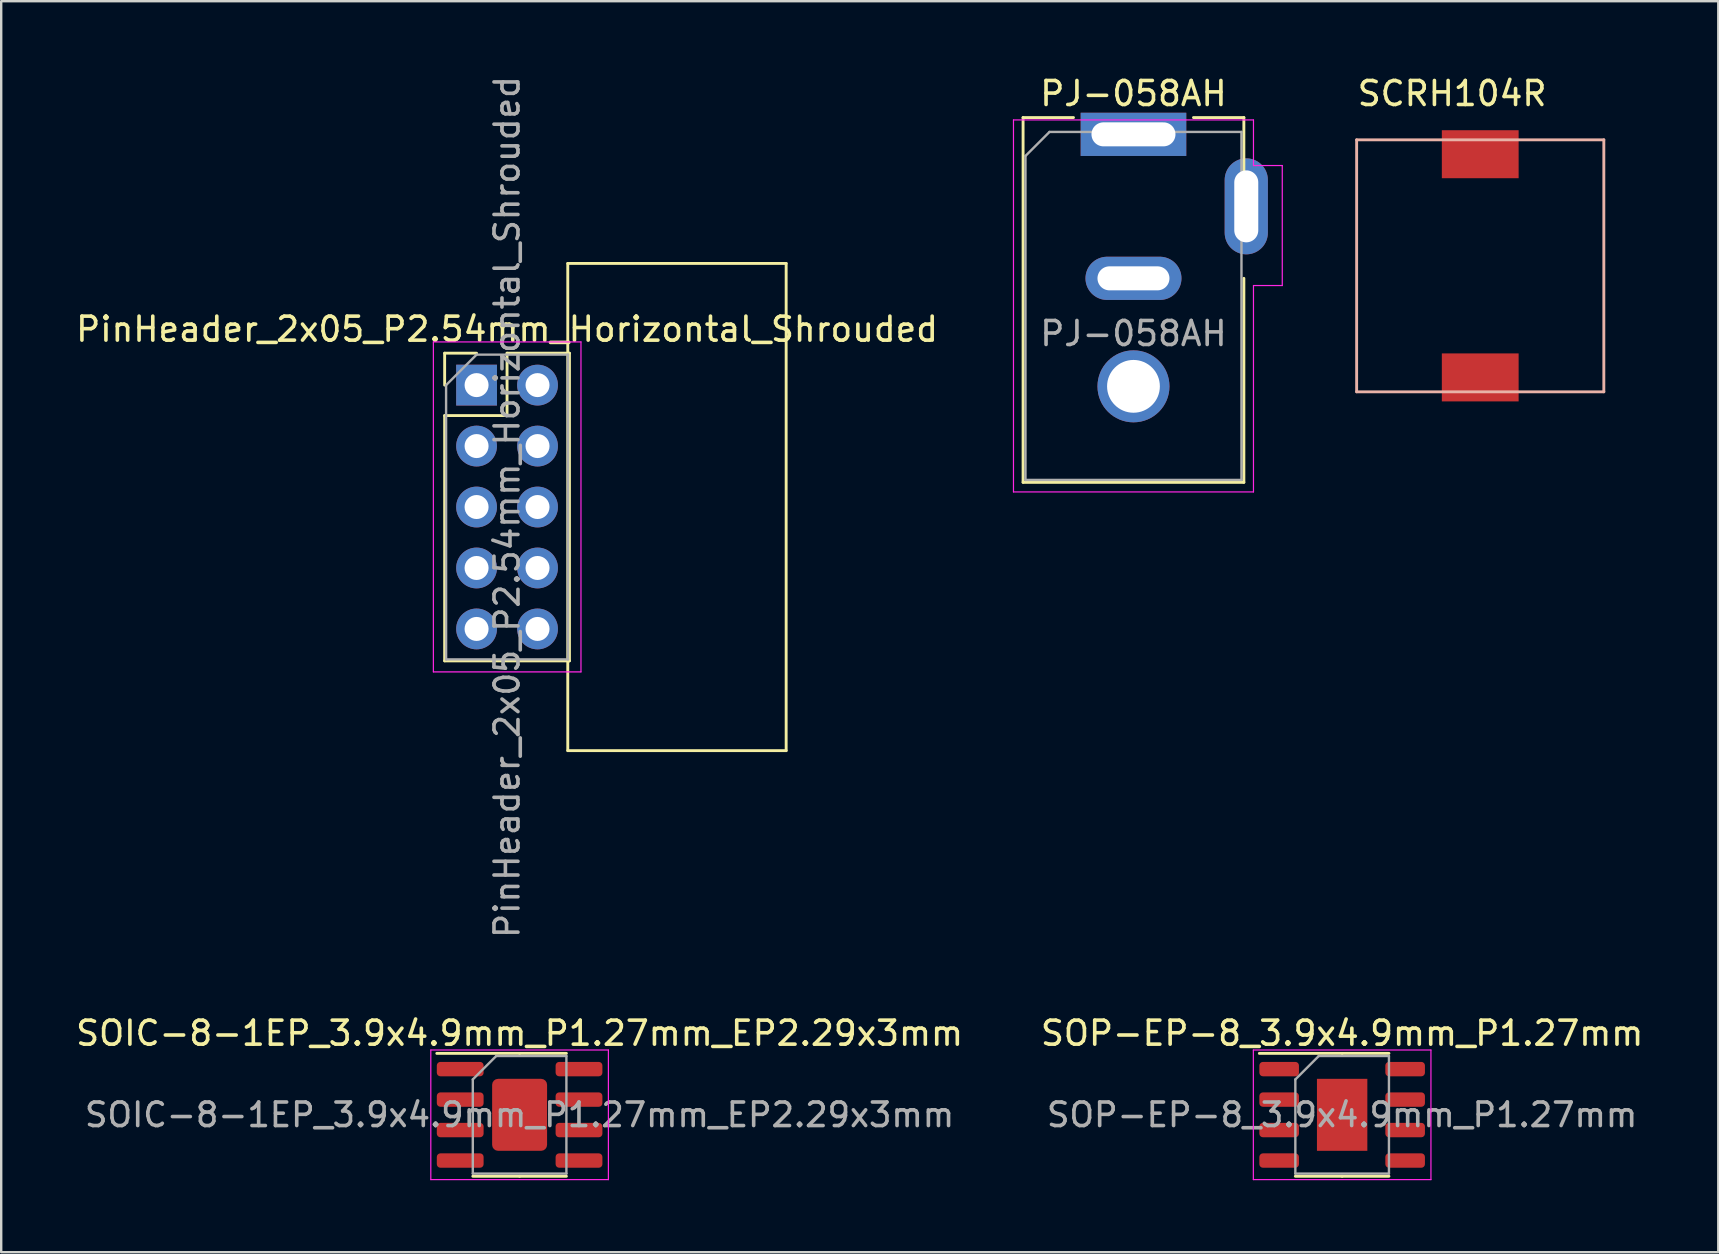
<source format=kicad_pcb>
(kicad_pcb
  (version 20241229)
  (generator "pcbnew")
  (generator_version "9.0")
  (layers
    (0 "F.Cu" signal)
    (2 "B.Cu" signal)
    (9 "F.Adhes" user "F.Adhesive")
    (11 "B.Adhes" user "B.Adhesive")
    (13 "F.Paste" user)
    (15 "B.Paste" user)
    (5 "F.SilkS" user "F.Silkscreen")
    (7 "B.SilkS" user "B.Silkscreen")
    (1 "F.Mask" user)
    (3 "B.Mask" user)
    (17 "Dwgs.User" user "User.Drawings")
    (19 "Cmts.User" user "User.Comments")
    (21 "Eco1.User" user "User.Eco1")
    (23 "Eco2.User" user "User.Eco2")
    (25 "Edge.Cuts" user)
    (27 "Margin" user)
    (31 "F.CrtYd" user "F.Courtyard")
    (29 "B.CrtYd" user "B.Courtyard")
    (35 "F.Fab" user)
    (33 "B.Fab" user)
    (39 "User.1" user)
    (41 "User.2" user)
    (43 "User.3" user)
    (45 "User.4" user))
  (footprint "PinHeader_2x05_P2.54mm_Horizontal_Shrouded"
    (layer "F.Cu")
    (at 18.075 18.077)
    (property "Reference" "PinHeader_2x05_P2.54mm_Horizontal_Shrouded" (at 0.003 -7.41 0) (layer "F.SilkS") (effects (font (size 1 1) (thickness 0.15))))
    (attr through_hole)
    (fp_line (start -2.597 -6.41) (end -1.267 -6.41) (stroke (width 0.12) (type solid)) (layer "F.SilkS"))
    (fp_line (start -2.597 -5.08) (end -2.597 -6.41) (stroke (width 0.12) (type solid)) (layer "F.SilkS"))
    (fp_line (start -2.597 -3.81) (end -2.597 6.41) (stroke (width 0.12) (type solid)) (layer "F.SilkS"))
    (fp_line (start -2.597 -3.81) (end 0.003 -3.81) (stroke (width 0.12) (type solid)) (layer "F.SilkS"))
    (fp_line (start -2.597 6.41) (end 2.603 6.41) (stroke (width 0.12) (type solid)) (layer "F.SilkS"))
    (fp_line (start 0.003 -6.41) (end 2.603 -6.41) (stroke (width 0.12) (type solid)) (layer "F.SilkS"))
    (fp_line (start 0.003 -3.81) (end 0.003 -6.41) (stroke (width 0.12) (type solid)) (layer "F.SilkS"))
    (fp_line (start 2.533 -10.15) (end 2.533 10.15) (stroke (width 0.12) (type solid)) (layer "F.SilkS"))
    (fp_line (start 2.603 -6.41) (end 2.603 6.41) (stroke (width 0.12) (type solid)) (layer "F.SilkS"))
    (fp_line (start 11.633 -10.15) (end 2.533 -10.15) (stroke (width 0.12) (type solid)) (layer "F.SilkS"))
    (fp_line (start 11.633 10.15) (end 2.533 10.15) (stroke (width 0.12) (type solid)) (layer "F.SilkS"))
    (fp_line (start 11.633 10.15) (end 11.633 -10.15) (stroke (width 0.12) (type solid)) (layer "F.SilkS"))
    (fp_line (start -3.067 -6.88) (end -3.067 6.87) (stroke (width 0.05) (type solid)) (layer "F.CrtYd"))
    (fp_line (start -3.067 6.87) (end 3.083 6.87) (stroke (width 0.05) (type solid)) (layer "F.CrtYd"))
    (fp_line (start 3.083 -6.88) (end -3.067 -6.88) (stroke (width 0.05) (type solid)) (layer "F.CrtYd"))
    (fp_line (start 3.083 6.87) (end 3.083 -6.88) (stroke (width 0.05) (type solid)) (layer "F.CrtYd"))
    (fp_line (start -2.537 -5.08) (end -1.267 -6.35) (stroke (width 0.1) (type solid)) (layer "F.Fab"))
    (fp_line (start -2.537 6.35) (end -2.537 -5.08) (stroke (width 0.1) (type solid)) (layer "F.Fab"))
    (fp_line (start -1.267 -6.35) (end 2.543 -6.35) (stroke (width 0.1) (type solid)) (layer "F.Fab"))
    (fp_line (start 2.543 -6.35) (end 2.543 6.35) (stroke (width 0.1) (type solid)) (layer "F.Fab"))
    (fp_line (start 2.543 6.35) (end -2.537 6.35) (stroke (width 0.1) (type solid)) (layer "F.Fab"))
    (fp_text user "${REFERENCE}" (at 0.003 0 90) (layer "F.Fab") (effects (font (size 1 1) (thickness 0.15))))
    (pad "1" thru_hole rect (at -1.267 -5.08) (size 1.7 1.7) (drill 1) (layers "*.Cu" "*.Mask"))
    (pad "2" thru_hole oval (at 1.273 -5.08) (size 1.7 1.7) (drill 1) (layers "*.Cu" "*.Mask"))
    (pad "3" thru_hole oval (at -1.267 -2.54) (size 1.7 1.7) (drill 1) (layers "*.Cu" "*.Mask"))
    (pad "4" thru_hole oval (at 1.273 -2.54) (size 1.7 1.7) (drill 1) (layers "*.Cu" "*.Mask"))
    (pad "5" thru_hole oval (at -1.267 0) (size 1.7 1.7) (drill 1) (layers "*.Cu" "*.Mask"))
    (pad "6" thru_hole oval (at 1.273 0) (size 1.7 1.7) (drill 1) (layers "*.Cu" "*.Mask"))
    (pad "7" thru_hole oval (at -1.267 2.54) (size 1.7 1.7) (drill 1) (layers "*.Cu" "*.Mask"))
    (pad "8" thru_hole oval (at 1.273 2.54) (size 1.7 1.7) (drill 1) (layers "*.Cu" "*.Mask"))
    (pad "9" thru_hole oval (at -1.267 5.08) (size 1.7 1.7) (drill 1) (layers "*.Cu" "*.Mask"))
    (pad "10" thru_hole oval (at 1.273 5.08) (size 1.7 1.7) (drill 1) (layers "*.Cu" "*.Mask")))
  (footprint "PJ-058AH"
    (layer "F.Cu")
    (at 44.18 3.348)
    (property "Reference" "PJ-058AH" (at 0 -2.5 0) (layer "F.SilkS") (effects (font (size 1 1) (thickness 0.15))))
    (attr through_hole)
    (fp_line (start -4.6 -1.5) (end -2.5 -1.5) (stroke (width 0.12) (type solid)) (layer "F.SilkS"))
    (fp_line (start -4.6 13.7) (end -4.6 -1.5) (stroke (width 0.12) (type solid)) (layer "F.SilkS"))
    (fp_line (start 2.5 -1.5) (end 4.6 -1.5) (stroke (width 0.12) (type solid)) (layer "F.SilkS"))
    (fp_line (start 4.6 -1.5) (end 4.6 0.8) (stroke (width 0.12) (type solid)) (layer "F.SilkS"))
    (fp_line (start 4.6 5.2) (end 4.6 13.7) (stroke (width 0.12) (type solid)) (layer "F.SilkS"))
    (fp_line (start 4.6 13.7) (end -4.6 13.7) (stroke (width 0.12) (type solid)) (layer "F.SilkS"))
    (fp_line (start -5 -1.4) (end -5 14.1) (stroke (width 0.05) (type solid)) (layer "F.CrtYd"))
    (fp_line (start -5 14.1) (end 5 14.1) (stroke (width 0.05) (type solid)) (layer "F.CrtYd"))
    (fp_line (start 5 -1.4) (end -5 -1.4) (stroke (width 0.05) (type solid)) (layer "F.CrtYd"))
    (fp_line (start 5 0.5) (end 5 -1.4) (stroke (width 0.05) (type solid)) (layer "F.CrtYd"))
    (fp_line (start 5 14.1) (end 5 5.5) (stroke (width 0.05) (type solid)) (layer "F.CrtYd"))
    (fp_line (start 6.2 0.5) (end 5 0.5) (stroke (width 0.05) (type solid)) (layer "F.CrtYd"))
    (fp_line (start 6.2 0.5) (end 6.2 5.5) (stroke (width 0.05) (type solid)) (layer "F.CrtYd"))
    (fp_line (start 6.2 5.5) (end 5 5.5) (stroke (width 0.05) (type solid)) (layer "F.CrtYd"))
    (fp_line (start -4.5 0.1) (end -3.5 -0.9) (stroke (width 0.1) (type solid)) (layer "F.Fab"))
    (fp_line (start -4.5 13.6) (end -4.5 0.1) (stroke (width 0.1) (type solid)) (layer "F.Fab"))
    (fp_line (start 4.5 -0.9) (end -3.5 -0.9) (stroke (width 0.1) (type solid)) (layer "F.Fab"))
    (fp_line (start 4.5 -0.9) (end 4.5 13.6) (stroke (width 0.1) (type solid)) (layer "F.Fab"))
    (fp_line (start 4.5 13.6) (end -4.5 13.6) (stroke (width 0.1) (type solid)) (layer "F.Fab"))
    (fp_text user "${REFERENCE}" (at 0 7.5 0) (layer "F.Fab") (effects (font (size 1 1) (thickness 0.15))))
    (pad "" thru_hole circle (at 0 9.7) (size 3 3) (drill 2.2) (layers "*.Cu" "*.Mask"))
    (pad "1" thru_hole rect (at 0 -0.8) (size 4.4 1.8) (drill oval 3.5 1) (layers "*.Cu" "*.Mask"))
    (pad "2" thru_hole oval (at 0 5.2) (size 4 1.8) (drill oval 3 1) (layers "*.Cu" "*.Mask"))
    (pad "3" thru_hole oval (at 4.7 2.2 90) (size 4 1.8) (drill oval 3 1) (layers "*.Cu" "*.Mask")))
  (footprint "SCRH104R"
    (layer "F.Cu")
    (at 58.629 8.026)
    (property "Reference" "SCRH104R" (at -1.171 -7.178 0) (layer "F.SilkS") (effects (font (size 1 1) (thickness 0.15))))
    (attr through_hole)
    (fp_line (start -5.15 -5.25) (end 5.15 -5.25) (stroke (width 0.12) (type solid)) (layer "B.SilkS"))
    (fp_line (start -5.15 5.25) (end -5.15 -5.25) (stroke (width 0.12) (type solid)) (layer "B.SilkS"))
    (fp_line (start 5.15 -5.25) (end 5.15 5.25) (stroke (width 0.12) (type solid)) (layer "B.SilkS"))
    (fp_line (start 5.15 5.25) (end -5.15 5.25) (stroke (width 0.12) (type solid)) (layer "B.SilkS"))
    (pad "1" smd rect (at 0 -4.65) (size 3.2 2) (layers "F.Cu" "F.Mask" "F.Paste"))
    (pad "2" smd rect (at 0 4.65) (size 3.2 2) (layers "F.Cu" "F.Mask" "F.Paste")))
  (footprint "SOP-EP-8_3.9x4.9mm_P1.27mm"
    (layer "F.Cu")
    (at 52.875 43.403)
    (property "Reference" "SOP-EP-8_3.9x4.9mm_P1.27mm" (at 0 -3.4 0) (layer "F.SilkS") (effects (font (size 1 1) (thickness 0.15))))
    (attr smd)
    (fp_line (start 0 -2.56) (end -3.45 -2.56) (stroke (width 0.12) (type solid)) (layer "F.SilkS"))
    (fp_line (start 0 -2.56) (end 1.95 -2.56) (stroke (width 0.12) (type solid)) (layer "F.SilkS"))
    (fp_line (start 0 2.56) (end -1.95 2.56) (stroke (width 0.12) (type solid)) (layer "F.SilkS"))
    (fp_line (start 0 2.56) (end 1.95 2.56) (stroke (width 0.12) (type solid)) (layer "F.SilkS"))
    (fp_line (start -3.7 -2.7) (end -3.7 2.7) (stroke (width 0.05) (type solid)) (layer "F.CrtYd"))
    (fp_line (start -3.7 2.7) (end 3.7 2.7) (stroke (width 0.05) (type solid)) (layer "F.CrtYd"))
    (fp_line (start 3.7 -2.7) (end -3.7 -2.7) (stroke (width 0.05) (type solid)) (layer "F.CrtYd"))
    (fp_line (start 3.7 2.7) (end 3.7 -2.7) (stroke (width 0.05) (type solid)) (layer "F.CrtYd"))
    (fp_line (start -1.95 -1.475) (end -0.975 -2.45) (stroke (width 0.1) (type solid)) (layer "F.Fab"))
    (fp_line (start -1.95 2.45) (end -1.95 -1.475) (stroke (width 0.1) (type solid)) (layer "F.Fab"))
    (fp_line (start -0.975 -2.45) (end 1.95 -2.45) (stroke (width 0.1) (type solid)) (layer "F.Fab"))
    (fp_line (start 1.95 -2.45) (end 1.95 2.45) (stroke (width 0.1) (type solid)) (layer "F.Fab"))
    (fp_line (start 1.95 2.45) (end -1.95 2.45) (stroke (width 0.1) (type solid)) (layer "F.Fab"))
    (fp_text user "${REFERENCE}" (at 0 0 0) (layer "F.Fab") (effects (font (size 0.98 0.98) (thickness 0.15))))
    (pad "1" smd roundrect (at -2.625 -1.905) (size 1.65 0.6) (layers "F.Cu" "F.Mask" "F.Paste") (roundrect_rratio 0.25))
    (pad "2" smd roundrect (at -2.625 -0.635) (size 1.65 0.6) (layers "F.Cu" "F.Mask" "F.Paste") (roundrect_rratio 0.25))
    (pad "3" smd roundrect (at -2.625 0.635) (size 1.65 0.6) (layers "F.Cu" "F.Mask" "F.Paste") (roundrect_rratio 0.25))
    (pad "4" smd roundrect (at -2.625 1.905) (size 1.65 0.6) (layers "F.Cu" "F.Mask" "F.Paste") (roundrect_rratio 0.25))
    (pad "5" smd roundrect (at 2.625 1.905) (size 1.65 0.6) (layers "F.Cu" "F.Mask" "F.Paste") (roundrect_rratio 0.25))
    (pad "6" smd roundrect (at 2.625 0.635) (size 1.65 0.6) (layers "F.Cu" "F.Mask" "F.Paste") (roundrect_rratio 0.25))
    (pad "7" smd roundrect (at 2.625 -0.635) (size 1.65 0.6) (layers "F.Cu" "F.Mask" "F.Paste") (roundrect_rratio 0.25))
    (pad "8" smd roundrect (at 2.625 -1.905) (size 1.65 0.6) (layers "F.Cu" "F.Mask" "F.Paste") (roundrect_rratio 0.25))
    (pad "9" smd rect (at 0 0) (size 2.1 3) (layers "F.Cu" "F.Mask" "F.Paste")))
  (footprint "SOIC-8-1EP_3.9x4.9mm_P1.27mm_EP2.29x3mm"
    (layer "F.Cu")
    (at 18.601 43.403)
    (property "Reference" "SOIC-8-1EP_3.9x4.9mm_P1.27mm_EP2.29x3mm" (at 0 -3.4 0) (layer "F.SilkS") (effects (font (size 1 1) (thickness 0.15))))
    (attr smd)
    (fp_line (start 0 -2.56) (end -3.45 -2.56) (stroke (width 0.12) (type solid)) (layer "F.SilkS"))
    (fp_line (start 0 -2.56) (end 1.95 -2.56) (stroke (width 0.12) (type solid)) (layer "F.SilkS"))
    (fp_line (start 0 2.56) (end -1.95 2.56) (stroke (width 0.12) (type solid)) (layer "F.SilkS"))
    (fp_line (start 0 2.56) (end 1.95 2.56) (stroke (width 0.12) (type solid)) (layer "F.SilkS"))
    (fp_line (start -3.7 -2.7) (end -3.7 2.7) (stroke (width 0.05) (type solid)) (layer "F.CrtYd"))
    (fp_line (start -3.7 2.7) (end 3.7 2.7) (stroke (width 0.05) (type solid)) (layer "F.CrtYd"))
    (fp_line (start 3.7 -2.7) (end -3.7 -2.7) (stroke (width 0.05) (type solid)) (layer "F.CrtYd"))
    (fp_line (start 3.7 2.7) (end 3.7 -2.7) (stroke (width 0.05) (type solid)) (layer "F.CrtYd"))
    (fp_line (start -1.95 -1.475) (end -0.975 -2.45) (stroke (width 0.1) (type solid)) (layer "F.Fab"))
    (fp_line (start -1.95 2.45) (end -1.95 -1.475) (stroke (width 0.1) (type solid)) (layer "F.Fab"))
    (fp_line (start -0.975 -2.45) (end 1.95 -2.45) (stroke (width 0.1) (type solid)) (layer "F.Fab"))
    (fp_line (start 1.95 -2.45) (end 1.95 2.45) (stroke (width 0.1) (type solid)) (layer "F.Fab"))
    (fp_line (start 1.95 2.45) (end -1.95 2.45) (stroke (width 0.1) (type solid)) (layer "F.Fab"))
    (fp_text user "${REFERENCE}" (at 0 0 0) (layer "F.Fab") (effects (font (size 0.98 0.98) (thickness 0.15))))
    (pad "" smd roundrect (at -0.57 -0.75) (size 0.92 1.21) (layers "F.Paste") (roundrect_rratio 0.25))
    (pad "" smd roundrect (at -0.57 0.75) (size 0.92 1.21) (layers "F.Paste") (roundrect_rratio 0.25))
    (pad "" smd roundrect (at 0.57 -0.75) (size 0.92 1.21) (layers "F.Paste") (roundrect_rratio 0.25))
    (pad "" smd roundrect (at 0.57 0.75) (size 0.92 1.21) (layers "F.Paste") (roundrect_rratio 0.25))
    (pad "1" smd roundrect (at -2.475 -1.905) (size 1.95 0.6) (layers "F.Cu" "F.Mask" "F.Paste") (roundrect_rratio 0.25))
    (pad "2" smd roundrect (at -2.475 -0.635) (size 1.95 0.6) (layers "F.Cu" "F.Mask" "F.Paste") (roundrect_rratio 0.25))
    (pad "3" smd roundrect (at -2.475 0.635) (size 1.95 0.6) (layers "F.Cu" "F.Mask" "F.Paste") (roundrect_rratio 0.25))
    (pad "4" smd roundrect (at -2.475 1.905) (size 1.95 0.6) (layers "F.Cu" "F.Mask" "F.Paste") (roundrect_rratio 0.25))
    (pad "5" smd roundrect (at 2.475 1.905) (size 1.95 0.6) (layers "F.Cu" "F.Mask" "F.Paste") (roundrect_rratio 0.25))
    (pad "6" smd roundrect (at 2.475 0.635) (size 1.95 0.6) (layers "F.Cu" "F.Mask" "F.Paste") (roundrect_rratio 0.25))
    (pad "7" smd roundrect (at 2.475 -0.635) (size 1.95 0.6) (layers "F.Cu" "F.Mask" "F.Paste") (roundrect_rratio 0.25))
    (pad "8" smd roundrect (at 2.475 -1.905) (size 1.95 0.6) (layers "F.Cu" "F.Mask" "F.Paste") (roundrect_rratio 0.25))
    (pad "9" smd roundrect (at 0 0) (size 2.29 3) (layers "F.Cu" "F.Mask") (roundrect_rratio 0.109)))
  (gr_rect
    (start -3 -3)
    (end 68.548 49.128)
    (stroke (width 0.1) (type default))
    (fill no)
    (layer "Edge.Cuts")))
</source>
